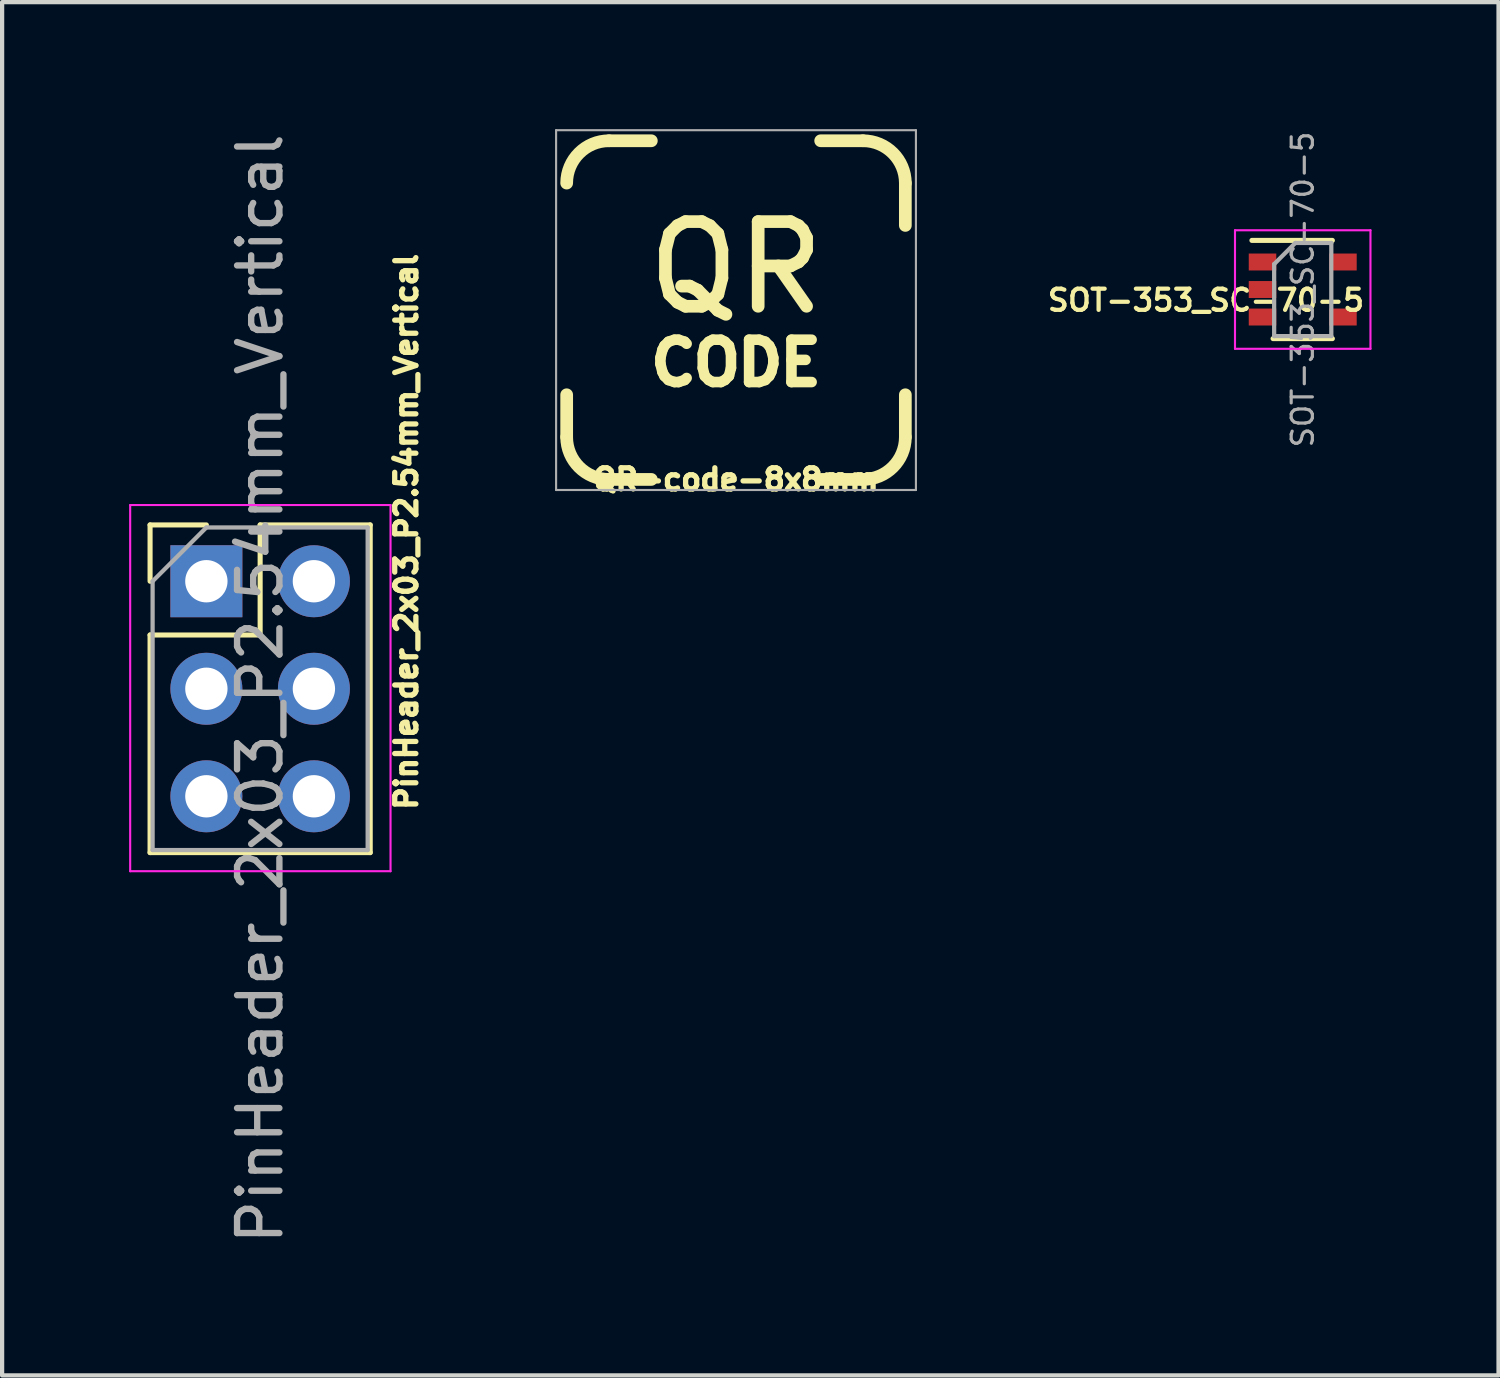
<source format=kicad_pcb>
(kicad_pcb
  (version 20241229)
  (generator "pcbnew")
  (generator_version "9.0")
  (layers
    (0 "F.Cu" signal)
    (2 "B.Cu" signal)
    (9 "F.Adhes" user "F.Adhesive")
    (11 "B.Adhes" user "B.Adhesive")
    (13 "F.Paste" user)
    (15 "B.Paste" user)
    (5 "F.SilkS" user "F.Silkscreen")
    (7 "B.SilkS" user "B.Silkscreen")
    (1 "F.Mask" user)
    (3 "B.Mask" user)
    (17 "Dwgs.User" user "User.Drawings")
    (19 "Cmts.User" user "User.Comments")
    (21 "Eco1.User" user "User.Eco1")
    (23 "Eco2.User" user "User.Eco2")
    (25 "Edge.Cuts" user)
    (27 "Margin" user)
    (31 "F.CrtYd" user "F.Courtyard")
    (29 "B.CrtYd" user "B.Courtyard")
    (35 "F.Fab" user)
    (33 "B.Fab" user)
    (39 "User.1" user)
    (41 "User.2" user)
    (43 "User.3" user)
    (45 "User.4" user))
  (footprint "SOT-353_SC-70-5"
    (layer "F.Cu")
    (at 27.723 3.789)
    (property "Reference" "SOT-353_SC-70-5" (at -2.286 0.254 0) (layer "F.SilkS") (effects (font (size 0.5 0.5) (thickness 0.1))))
    (attr smd)
    (fp_line (start -0.7 1.16) (end 0.7 1.16) (stroke (width 0.12) (type solid)) (layer "F.SilkS"))
    (fp_line (start 0.7 -1.16) (end -1.2 -1.16) (stroke (width 0.12) (type solid)) (layer "F.SilkS"))
    (fp_line (start -1.6 -1.4) (end -1.6 1.4) (stroke (width 0.05) (type solid)) (layer "F.CrtYd"))
    (fp_line (start -1.6 -1.4) (end 1.6 -1.4) (stroke (width 0.05) (type solid)) (layer "F.CrtYd"))
    (fp_line (start -1.6 1.4) (end 1.6 1.4) (stroke (width 0.05) (type solid)) (layer "F.CrtYd"))
    (fp_line (start 1.6 1.4) (end 1.6 -1.4) (stroke (width 0.05) (type solid)) (layer "F.CrtYd"))
    (fp_line (start -0.675 -0.6) (end -0.675 1.1) (stroke (width 0.1) (type solid)) (layer "F.Fab"))
    (fp_line (start -0.175 -1.1) (end -0.675 -0.6) (stroke (width 0.1) (type solid)) (layer "F.Fab"))
    (fp_line (start 0.675 -1.1) (end -0.175 -1.1) (stroke (width 0.1) (type solid)) (layer "F.Fab"))
    (fp_line (start 0.675 -1.1) (end 0.675 1.1) (stroke (width 0.1) (type solid)) (layer "F.Fab"))
    (fp_line (start 0.675 1.1) (end -0.675 1.1) (stroke (width 0.1) (type solid)) (layer "F.Fab"))
    (fp_text user "${REFERENCE}" (at 0 0 90) (layer "F.Fab") (effects (font (size 0.5 0.5) (thickness 0.075))))
    (pad "1" smd rect (at -0.95 -0.65) (size 0.65 0.4) (layers "F.Cu" "F.Mask" "F.Paste"))
    (pad "2" smd rect (at -0.95 0) (size 0.65 0.4) (layers "F.Cu" "F.Mask" "F.Paste"))
    (pad "3" smd rect (at -0.95 0.65) (size 0.65 0.4) (layers "F.Cu" "F.Mask" "F.Paste"))
    (pad "4" smd rect (at 0.95 0.65) (size 0.65 0.4) (layers "F.Cu" "F.Mask" "F.Paste"))
    (pad "5" smd rect (at 0.95 -0.65) (size 0.65 0.4) (layers "F.Cu" "F.Mask" "F.Paste")))
  (footprint "QR-code-8x8mm"
    (layer "F.Cu")
    (at 14.336 4.275)
    (property "Reference" "QR-code-8x8mm" (at 0 4 0) (layer "F.SilkS") (effects (font (size 0.5 0.5) (thickness 0.125))))
    (attr exclude_from_pos_files exclude_from_bom)
    (fp_line (start -4 3) (end -4 2) (stroke (width 0.3) (type solid)) (layer "F.SilkS"))
    (fp_line (start -3 -4) (end -2 -4) (stroke (width 0.3) (type solid)) (layer "F.SilkS"))
    (fp_line (start -3 4) (end -2 4) (stroke (width 0.3) (type solid)) (layer "F.SilkS"))
    (fp_line (start 2 -4) (end 3 -4) (stroke (width 0.3) (type solid)) (layer "F.SilkS"))
    (fp_line (start 3 4) (end 2 4) (stroke (width 0.3) (type solid)) (layer "F.SilkS"))
    (fp_line (start 4 -3) (end 4 -2) (stroke (width 0.3) (type solid)) (layer "F.SilkS"))
    (fp_line (start 4 3) (end 4 2) (stroke (width 0.3) (type solid)) (layer "F.SilkS"))
    (fp_arc (start -4 -3) (mid -3.707107 -3.707107) (end -3 -4) (stroke (width 0.3) (type solid)) (layer "F.SilkS"))
    (fp_arc (start -3 4) (mid -3.707107 3.707107) (end -4 3) (stroke (width 0.3) (type solid)) (layer "F.SilkS"))
    (fp_arc (start 3 -4) (mid 3.707107 -3.707107) (end 4 -3) (stroke (width 0.3) (type solid)) (layer "F.SilkS"))
    (fp_arc (start 4 3) (mid 3.707107 3.707107) (end 3 4) (stroke (width 0.3) (type solid)) (layer "F.SilkS"))
    (fp_line (start -4.25 -4.25) (end 4.25 -4.25) (stroke (width 0.05) (type solid)) (layer "F.Fab"))
    (fp_line (start -4.25 4.25) (end -4.25 -4.25) (stroke (width 0.05) (type solid)) (layer "F.Fab"))
    (fp_line (start 4.25 -4.25) (end 4.25 4.25) (stroke (width 0.05) (type solid)) (layer "F.Fab"))
    (fp_line (start 4.25 4.25) (end -4.25 4.25) (stroke (width 0.05) (type solid)) (layer "F.Fab"))
    (fp_text user "QR" (at 0 -1 0) (layer "F.SilkS") (effects (font (size 2 2) (thickness 0.3))))
    (fp_text user "CODE" (at 0 1.25 0) (layer "F.SilkS") (effects (font (size 1 1) (thickness 0.25)))))
  (footprint "PinHeader_2x03_P2.54mm_Vertical"
    (layer "F.Cu")
    (at 1.825 10.68)
    (property "Reference" "PinHeader_2x03_P2.54mm_Vertical" (at 4.724 -1.168 90) (layer "F.SilkS") (effects (font (size 0.5 0.5) (thickness 0.125))))
    (attr through_hole)
    (fp_line (start -1.33 -1.33) (end 0 -1.33) (stroke (width 0.12) (type solid)) (layer "F.SilkS"))
    (fp_line (start -1.33 0) (end -1.33 -1.33) (stroke (width 0.12) (type solid)) (layer "F.SilkS"))
    (fp_line (start -1.33 1.27) (end -1.33 6.41) (stroke (width 0.12) (type solid)) (layer "F.SilkS"))
    (fp_line (start -1.33 1.27) (end 1.27 1.27) (stroke (width 0.12) (type solid)) (layer "F.SilkS"))
    (fp_line (start -1.33 6.41) (end 3.87 6.41) (stroke (width 0.12) (type solid)) (layer "F.SilkS"))
    (fp_line (start 1.27 -1.33) (end 3.87 -1.33) (stroke (width 0.12) (type solid)) (layer "F.SilkS"))
    (fp_line (start 1.27 1.27) (end 1.27 -1.33) (stroke (width 0.12) (type solid)) (layer "F.SilkS"))
    (fp_line (start 3.87 -1.33) (end 3.87 6.41) (stroke (width 0.12) (type solid)) (layer "F.SilkS"))
    (fp_line (start -1.8 -1.8) (end -1.8 6.85) (stroke (width 0.05) (type solid)) (layer "F.CrtYd"))
    (fp_line (start -1.8 6.85) (end 4.35 6.85) (stroke (width 0.05) (type solid)) (layer "F.CrtYd"))
    (fp_line (start 4.35 -1.8) (end -1.8 -1.8) (stroke (width 0.05) (type solid)) (layer "F.CrtYd"))
    (fp_line (start 4.35 6.85) (end 4.35 -1.8) (stroke (width 0.05) (type solid)) (layer "F.CrtYd"))
    (fp_line (start -1.27 0) (end 0 -1.27) (stroke (width 0.1) (type solid)) (layer "F.Fab"))
    (fp_line (start -1.27 6.35) (end -1.27 0) (stroke (width 0.1) (type solid)) (layer "F.Fab"))
    (fp_line (start 0 -1.27) (end 3.81 -1.27) (stroke (width 0.1) (type solid)) (layer "F.Fab"))
    (fp_line (start 3.81 -1.27) (end 3.81 6.35) (stroke (width 0.1) (type solid)) (layer "F.Fab"))
    (fp_line (start 3.81 6.35) (end -1.27 6.35) (stroke (width 0.1) (type solid)) (layer "F.Fab"))
    (fp_text user "${REFERENCE}" (at 1.27 2.54 90) (layer "F.Fab") (effects (font (size 1 1) (thickness 0.15))))
    (pad "1" thru_hole rect (at 0 0) (size 1.7 1.7) (drill 1) (layers "*.Cu" "*.Mask"))
    (pad "2" thru_hole oval (at 2.54 0) (size 1.7 1.7) (drill 1) (layers "*.Cu" "*.Mask"))
    (pad "3" thru_hole oval (at 0 2.54) (size 1.7 1.7) (drill 1) (layers "*.Cu" "*.Mask"))
    (pad "4" thru_hole oval (at 2.54 2.54) (size 1.7 1.7) (drill 1) (layers "*.Cu" "*.Mask"))
    (pad "5" thru_hole oval (at 0 5.08) (size 1.7 1.7) (drill 1) (layers "*.Cu" "*.Mask"))
    (pad "6" thru_hole oval (at 2.54 5.08) (size 1.7 1.7) (drill 1) (layers "*.Cu" "*.Mask")))
  (gr_rect
    (start -3 -3)
    (end 32.348 29.44)
    (stroke (width 0.1) (type default))
    (fill no)
    (layer "Edge.Cuts")))
</source>
